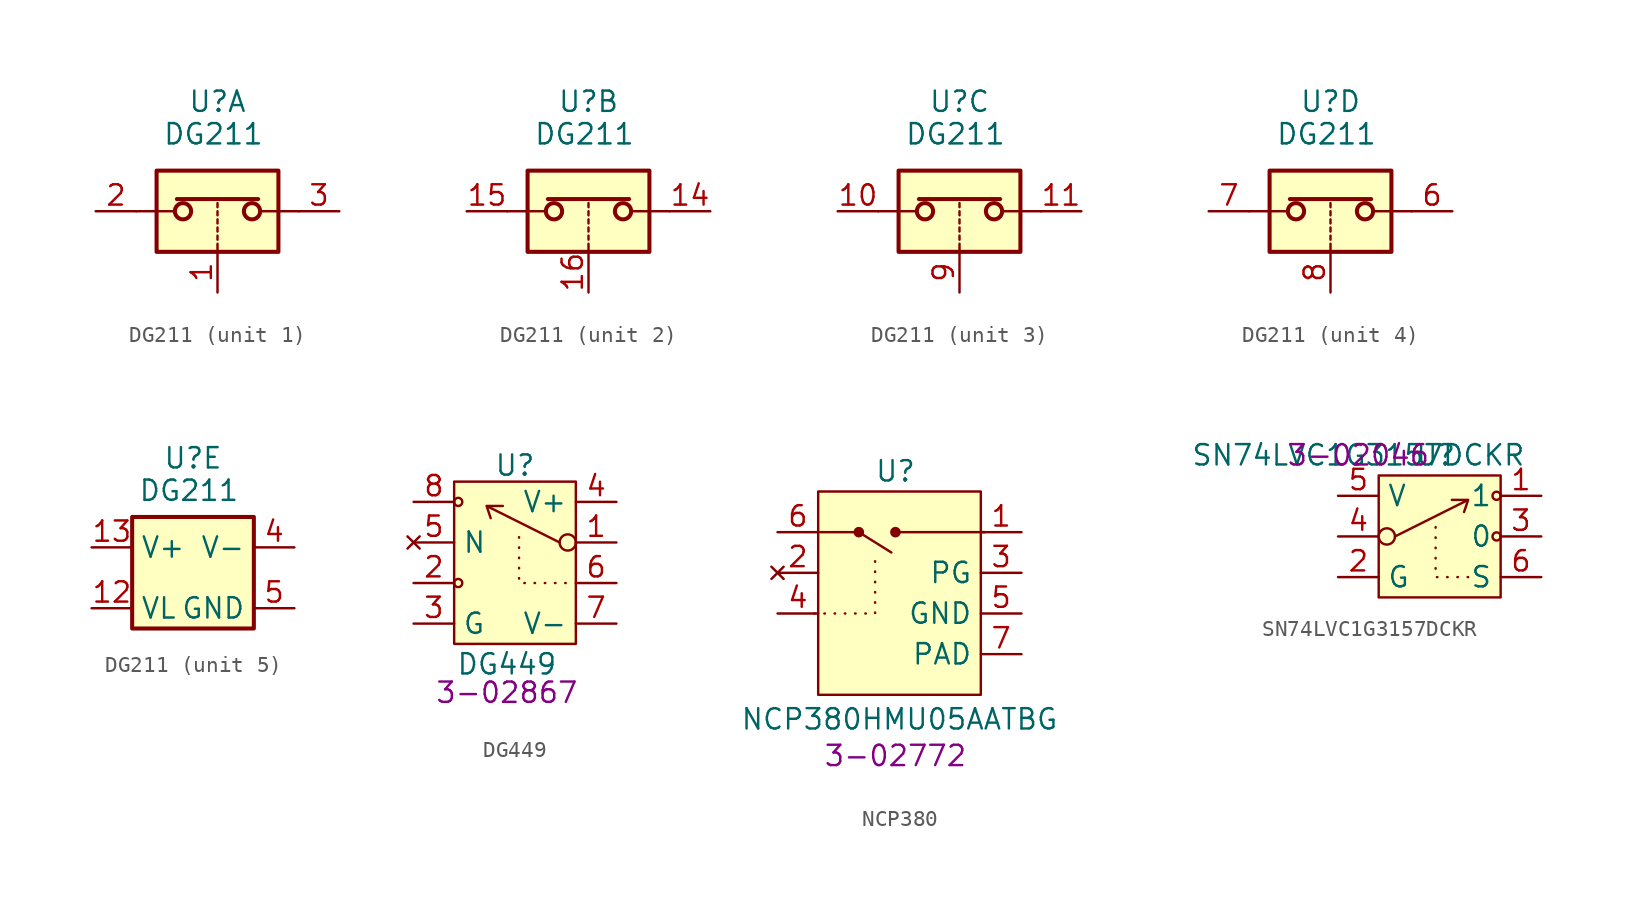
<source format=kicad_sym>
(kicad_symbol_lib
  (version 20231120)
  (generator "kicad_symbol_editor")
  (generator_version "8.0")
  (symbol "DG211"
    (property "Reference" "U"
      (at 2.54 3.048 0)
      (do_not_autoplace)
      (effects (font (size 1.27 1.27))))
    (property "Value" "DG211"
      (at 2.286 1.016 0)
      (do_not_autoplace)
      (effects (font (size 1.27 1.27))))
    (property "ki_locked" ""
      (at 0 0 0)
      (effects (font (size 1.27 1.27))))
    (symbol "DG211_1_1"
      (rectangle (start -1.27 -1.27) (end 6.35 -6.35) (stroke (width 0.254) (type default)) (fill (type background)))
      (polyline (pts (xy -2.54 -3.81) (xy -0.254 -3.81)) (stroke (width 0) (type default)) (fill (type none)))
      (polyline (pts (xy 0 -3.048) (xy 5.08 -3.048)) (stroke (width 0.254) (type default)) (fill (type none)))
      (polyline (pts (xy 2.54 -6.35) (xy 2.54 -5.842)) (stroke (width 0) (type default)) (fill (type none)))
      (polyline (pts (xy 2.54 -5.588) (xy 2.54 -5.334)) (stroke (width 0) (type default)) (fill (type none)))
      (polyline (pts (xy 2.54 -5.08) (xy 2.54 -4.826)) (stroke (width 0) (type default)) (fill (type none)))
      (polyline (pts (xy 2.54 -4.572) (xy 2.54 -4.318)) (stroke (width 0) (type default)) (fill (type none)))
      (polyline (pts (xy 2.54 -4.064) (xy 2.54 -3.81)) (stroke (width 0) (type default)) (fill (type none)))
      (polyline (pts (xy 2.54 -3.556) (xy 2.54 -3.302)) (stroke (width 0) (type default)) (fill (type none)))
      (polyline (pts (xy 7.62 -3.81) (xy 5.334 -3.81)) (stroke (width 0) (type default)) (fill (type none)))
      (circle (center 0.381 -3.81) (radius 0.508) (stroke (width 0.254) (type default)) (fill (type none)))
      (circle (center 4.699 -3.81) (radius 0.508) (stroke (width 0.254) (type default)) (fill (type none)))
      (pin input line (at 2.54 -8.89 90) (length 2.54) (name "~" (effects (font (size 1.27 1.27)))) (number "1" (effects (font (size 1.27 1.27)))))
      (pin passive line (at -5.08 -3.81 0) (length 2.54) (name "~" (effects (font (size 1.27 1.27)))) (number "2" (effects (font (size 1.27 1.27)))))
      (pin passive line (at 10.16 -3.81 180) (length 2.54) (name "~" (effects (font (size 1.27 1.27)))) (number "3" (effects (font (size 1.27 1.27))))))
    (symbol "DG211_2_1"
      (rectangle (start -1.27 -1.27) (end 6.35 -6.35) (stroke (width 0.254) (type default)) (fill (type background)))
      (polyline (pts (xy -2.54 -3.81) (xy -0.254 -3.81)) (stroke (width 0) (type default)) (fill (type none)))
      (polyline (pts (xy 0 -3.048) (xy 5.08 -3.048)) (stroke (width 0.254) (type default)) (fill (type none)))
      (polyline (pts (xy 2.54 -6.35) (xy 2.54 -5.842)) (stroke (width 0) (type default)) (fill (type none)))
      (polyline (pts (xy 2.54 -5.588) (xy 2.54 -5.334)) (stroke (width 0) (type default)) (fill (type none)))
      (polyline (pts (xy 2.54 -5.08) (xy 2.54 -4.826)) (stroke (width 0) (type default)) (fill (type none)))
      (polyline (pts (xy 2.54 -4.572) (xy 2.54 -4.318)) (stroke (width 0) (type default)) (fill (type none)))
      (polyline (pts (xy 2.54 -4.064) (xy 2.54 -3.81)) (stroke (width 0) (type default)) (fill (type none)))
      (polyline (pts (xy 2.54 -3.556) (xy 2.54 -3.302)) (stroke (width 0) (type default)) (fill (type none)))
      (polyline (pts (xy 7.62 -3.81) (xy 5.334 -3.81)) (stroke (width 0) (type default)) (fill (type none)))
      (circle (center 0.381 -3.81) (radius 0.508) (stroke (width 0.254) (type default)) (fill (type none)))
      (circle (center 4.699 -3.81) (radius 0.508) (stroke (width 0.254) (type default)) (fill (type none)))
      (pin passive line (at 10.16 -3.81 180) (length 2.54) (name "~" (effects (font (size 1.27 1.27)))) (number "14" (effects (font (size 1.27 1.27)))))
      (pin passive line (at -5.08 -3.81 0) (length 2.54) (name "~" (effects (font (size 1.27 1.27)))) (number "15" (effects (font (size 1.27 1.27)))))
      (pin input line (at 2.54 -8.89 90) (length 2.54) (name "~" (effects (font (size 1.27 1.27)))) (number "16" (effects (font (size 1.27 1.27))))))
    (symbol "DG211_3_1"
      (rectangle (start -1.27 -1.27) (end 6.35 -6.35) (stroke (width 0.254) (type default)) (fill (type background)))
      (polyline (pts (xy -2.54 -3.81) (xy -0.254 -3.81)) (stroke (width 0) (type default)) (fill (type none)))
      (polyline (pts (xy 0 -3.048) (xy 5.08 -3.048)) (stroke (width 0.254) (type default)) (fill (type none)))
      (polyline (pts (xy 2.54 -6.35) (xy 2.54 -5.842)) (stroke (width 0) (type default)) (fill (type none)))
      (polyline (pts (xy 2.54 -5.588) (xy 2.54 -5.334)) (stroke (width 0) (type default)) (fill (type none)))
      (polyline (pts (xy 2.54 -5.08) (xy 2.54 -4.826)) (stroke (width 0) (type default)) (fill (type none)))
      (polyline (pts (xy 2.54 -4.572) (xy 2.54 -4.318)) (stroke (width 0) (type default)) (fill (type none)))
      (polyline (pts (xy 2.54 -4.064) (xy 2.54 -3.81)) (stroke (width 0) (type default)) (fill (type none)))
      (polyline (pts (xy 2.54 -3.556) (xy 2.54 -3.302)) (stroke (width 0) (type default)) (fill (type none)))
      (polyline (pts (xy 7.62 -3.81) (xy 5.334 -3.81)) (stroke (width 0) (type default)) (fill (type none)))
      (circle (center 0.381 -3.81) (radius 0.508) (stroke (width 0.254) (type default)) (fill (type none)))
      (circle (center 4.699 -3.81) (radius 0.508) (stroke (width 0.254) (type default)) (fill (type none)))
      (pin passive line (at -5.08 -3.81 0) (length 2.54) (name "~" (effects (font (size 1.27 1.27)))) (number "10" (effects (font (size 1.27 1.27)))))
      (pin passive line (at 10.16 -3.81 180) (length 2.54) (name "~" (effects (font (size 1.27 1.27)))) (number "11" (effects (font (size 1.27 1.27)))))
      (pin input line (at 2.54 -8.89 90) (length 2.54) (name "~" (effects (font (size 1.27 1.27)))) (number "9" (effects (font (size 1.27 1.27))))))
    (symbol "DG211_4_1"
      (rectangle (start -1.27 -1.27) (end 6.35 -6.35) (stroke (width 0.254) (type default)) (fill (type background)))
      (polyline (pts (xy -2.54 -3.81) (xy -0.254 -3.81)) (stroke (width 0) (type default)) (fill (type none)))
      (polyline (pts (xy 0 -3.048) (xy 5.08 -3.048)) (stroke (width 0.254) (type default)) (fill (type none)))
      (polyline (pts (xy 2.54 -6.35) (xy 2.54 -5.842)) (stroke (width 0) (type default)) (fill (type none)))
      (polyline (pts (xy 2.54 -5.588) (xy 2.54 -5.334)) (stroke (width 0) (type default)) (fill (type none)))
      (polyline (pts (xy 2.54 -5.08) (xy 2.54 -4.826)) (stroke (width 0) (type default)) (fill (type none)))
      (polyline (pts (xy 2.54 -4.572) (xy 2.54 -4.318)) (stroke (width 0) (type default)) (fill (type none)))
      (polyline (pts (xy 2.54 -4.064) (xy 2.54 -3.81)) (stroke (width 0) (type default)) (fill (type none)))
      (polyline (pts (xy 2.54 -3.556) (xy 2.54 -3.302)) (stroke (width 0) (type default)) (fill (type none)))
      (polyline (pts (xy 7.62 -3.81) (xy 5.334 -3.81)) (stroke (width 0) (type default)) (fill (type none)))
      (circle (center 0.381 -3.81) (radius 0.508) (stroke (width 0.254) (type default)) (fill (type none)))
      (circle (center 4.699 -3.81) (radius 0.508) (stroke (width 0.254) (type default)) (fill (type none)))
      (pin passive line (at 10.16 -3.81 180) (length 2.54) (name "~" (effects (font (size 1.27 1.27)))) (number "6" (effects (font (size 1.27 1.27)))))
      (pin passive line (at -5.08 -3.81 0) (length 2.54) (name "~" (effects (font (size 1.27 1.27)))) (number "7" (effects (font (size 1.27 1.27)))))
      (pin input line (at 2.54 -8.89 90) (length 2.54) (name "~" (effects (font (size 1.27 1.27)))) (number "8" (effects (font (size 1.27 1.27))))))
    (symbol "DG211_5_1"
      (rectangle (start -1.27 -0.635) (end 6.35 -7.62) (stroke (width 0.254) (type default)) (fill (type background)))
      (pin passive line (at -3.81 -6.35 0) (length 2.54) (name "VL" (effects (font (size 1.27 1.27)))) (number "12" (effects (font (size 1.27 1.27)))))
      (pin passive line (at -3.81 -2.54 0) (length 2.54) (name "V+" (effects (font (size 1.27 1.27)))) (number "13" (effects (font (size 1.27 1.27)))))
      (pin passive line (at 8.89 -2.54 180) (length 2.54) (name "V-" (effects (font (size 1.27 1.27)))) (number "4" (effects (font (size 1.27 1.27)))))
      (pin passive line (at 8.89 -6.35 180) (length 2.54) (name "GND" (effects (font (size 1.27 1.27)))) (number "5" (effects (font (size 1.27 1.27)))))))
  (symbol "DG449"
    (property "Reference" "U"
      (at 3.81 -1.524 0)
      (effects (font (size 1.27 1.27))))
    (property "Value" "DG449"
      (at 3.302 -13.97 0)
      (effects (font (size 1.27 1.27))))
    (property "SRS" "3-02867"
      (at 3.302 -15.748 0)
      (effects (font (size 1.27 1.27))))
    (symbol "DG449_0_1"
      (polyline (pts (xy 6.604 -6.35) (xy 2.032 -4.064) (xy 3.048 -4.064) (xy 2.032 -4.064) (xy 2.286 -4.826)) (stroke (width 0) (type default)) (fill (type none)))
      (circle (center 0.254 -8.89) (radius 0.254) (stroke (width 0) (type default)) (fill (type none)))
      (circle (center 0.254 -3.81) (radius 0.254) (stroke (width 0) (type default)) (fill (type none)))
      (circle (center 7.112 -6.35) (radius 0.508) (stroke (width 0) (type default)) (fill (type none))))
    (symbol "DG449_1_1"
      (rectangle (start 0 -2.54) (end 7.62 -12.7) (stroke (width 0) (type default)) (fill (type background)))
      (polyline (pts (xy 6.985 -8.89) (xy 4.064 -8.89) (xy 4.064 -5.588)) (stroke (width 0) (type dot)) (fill (type none)))
      (pin input line (at 10.16 -6.35 180) (length 2.54) (name "~" (effects (font (size 1.27 1.27)))) (number "1" (effects (font (size 1.27 1.27)))))
      (pin input line (at -2.54 -8.89 0) (length 2.54) (name "~" (effects (font (size 1.27 1.27)))) (number "2" (effects (font (size 1.27 1.27)))))
      (pin input line (at -2.54 -11.43 0) (length 2.54) (name "G" (effects (font (size 1.27 1.27)))) (number "3" (effects (font (size 1.27 1.27)))))
      (pin input line (at 10.16 -3.81 180) (length 2.54) (name "V+" (effects (font (size 1.27 1.27)))) (number "4" (effects (font (size 1.27 1.27)))))
      (pin no_connect line (at -2.54 -6.35 0) (length 2.54) (name "N" (effects (font (size 1.27 1.27)))) (number "5" (effects (font (size 1.27 1.27)))))
      (pin input line (at 10.16 -8.89 180) (length 2.54) (name "~" (effects (font (size 1.27 1.27)))) (number "6" (effects (font (size 1.27 1.27)))))
      (pin input line (at 10.16 -11.43 180) (length 2.54) (name "V-" (effects (font (size 1.27 1.27)))) (number "7" (effects (font (size 1.27 1.27)))))
      (pin input line (at -2.54 -3.81 0) (length 2.54) (name "~" (effects (font (size 1.27 1.27)))) (number "8" (effects (font (size 1.27 1.27)))))))
  (symbol "NCP380"
    (property "Reference" "U"
      (at 4.826 1.27 0)
      (do_not_autoplace)
      (effects (font (size 1.27 1.27))))
    (property "Value" "NCP380HMU05AATBG"
      (at 5.08 -14.224 0)
      (do_not_autoplace)
      (effects (font (size 1.27 1.27))))
    (property "SRS" "3-02772"
      (at 4.826 -16.51 0)
      (do_not_autoplace)
      (effects (font (size 1.27 1.27))))
    (symbol "NCP380_0_1"
      (polyline (pts (xy 2.54 -2.54) (xy 4.572 -3.81)) (stroke (width 0) (type default)) (fill (type none))))
    (symbol "NCP380_1_1"
      (polyline (pts (xy 0 -2.54) (xy 2.54 -2.54)) (stroke (width 0) (type default)) (fill (type none)))
      (polyline (pts (xy 5.08 -2.54) (xy 10.414 -2.54)) (stroke (width 0) (type default)) (fill (type none)))
      (polyline (pts (xy -0.254 -7.62) (xy 3.556 -7.62) (xy 3.556 -3.81)) (stroke (width 0) (type dot)) (fill (type none)))
      (rectangle (start 0 0) (end 10.16 -12.7) (stroke (width 0) (type default)) (fill (type background)))
      (circle (center 2.54 -2.54) (radius 0.254) (stroke (width 0) (type default)) (fill (type outline)))
      (circle (center 4.826 -2.54) (radius 0.254) (stroke (width 0) (type default)) (fill (type outline)))
      (pin output line (at 12.7 -2.54 180) (length 2.54) (name "" (effects (font (size 1.27 1.27)))) (number "1" (effects (font (size 1.27 1.27)))))
      (pin no_connect line (at -2.54 -5.08 0) (length 2.54) (name "" (effects (font (size 1.27 1.27)))) (number "2" (effects (font (size 1.27 1.27)))))
      (pin input line (at 12.7 -5.08 180) (length 2.54) (name "PG" (effects (font (size 1.27 1.27)))) (number "3" (effects (font (size 1.27 1.27)))))
      (pin input line (at -2.54 -7.62 0) (length 2.54) (name "" (effects (font (size 1.27 1.27)))) (number "4" (effects (font (size 1.27 1.27)))))
      (pin input line (at 12.7 -7.62 180) (length 2.54) (name "GND" (effects (font (size 1.27 1.27)))) (number "5" (effects (font (size 1.27 1.27)))))
      (pin input line (at -2.54 -2.54 0) (length 2.54) (name "" (effects (font (size 1.27 1.27)))) (number "6" (effects (font (size 1.27 1.27)))))
      (pin input line (at 12.7 -10.16 180) (length 2.54) (name "PAD" (effects (font (size 1.27 1.27)))) (number "7" (effects (font (size 1.27 1.27)))))))
  (symbol "SN74LVC1G3157DCKR"
    (property "Reference" "U"
      (at 4.826 0 0)
      (effects (font (size 1.27 1.27))))
    (property "Value" "SN74LVC1G3157DCKR"
      (at 0 0 0)
      (effects (font (size 1.27 1.27))))
    (property "SRS" "3-02046"
      (at 0 0 0)
      (effects (font (size 1.27 1.27))))
    (symbol "SN74LVC1G3157DCKR_0_1"
      (polyline (pts (xy 2.286 -5.08) (xy 6.858 -2.794) (xy 5.842 -2.794) (xy 6.858 -2.794) (xy 6.604 -3.556)) (stroke (width 0) (type default)) (fill (type none)))
      (circle (center 1.778 -5.08) (radius 0.508) (stroke (width 0) (type default)) (fill (type none)))
      (circle (center 8.636 -5.08) (radius 0.254) (stroke (width 0) (type default)) (fill (type none)))
      (circle (center 8.636 -2.54) (radius 0.254) (stroke (width 0) (type default)) (fill (type none))))
    (symbol "SN74LVC1G3157DCKR_1_1"
      (polyline (pts (xy 6.858 -7.62) (xy 4.826 -7.62) (xy 4.826 -4.318)) (stroke (width 0) (type dot)) (fill (type none)))
      (rectangle (start 1.27 -1.27) (end 8.89 -8.89) (stroke (width 0) (type default)) (fill (type background)))
      (pin input line (at 11.43 -2.54 180) (length 2.54) (name "1" (effects (font (size 1.27 1.27)))) (number "1" (effects (font (size 1.27 1.27)))))
      (pin input line (at -1.27 -7.62 0) (length 2.54) (name "G" (effects (font (size 1.27 1.27)))) (number "2" (effects (font (size 1.27 1.27)))))
      (pin input line (at 11.43 -5.08 180) (length 2.54) (name "0" (effects (font (size 1.27 1.27)))) (number "3" (effects (font (size 1.27 1.27)))))
      (pin input line (at -1.27 -5.08 0) (length 2.54) (name "" (effects (font (size 1.27 1.27)))) (number "4" (effects (font (size 1.27 1.27)))))
      (pin input line (at -1.27 -2.54 0) (length 2.54) (name "V" (effects (font (size 1.27 1.27)))) (number "5" (effects (font (size 1.27 1.27)))))
      (pin input line (at 11.43 -7.62 180) (length 2.54) (name "S" (effects (font (size 1.27 1.27)))) (number "6" (effects (font (size 1.27 1.27))))))))
</source>
